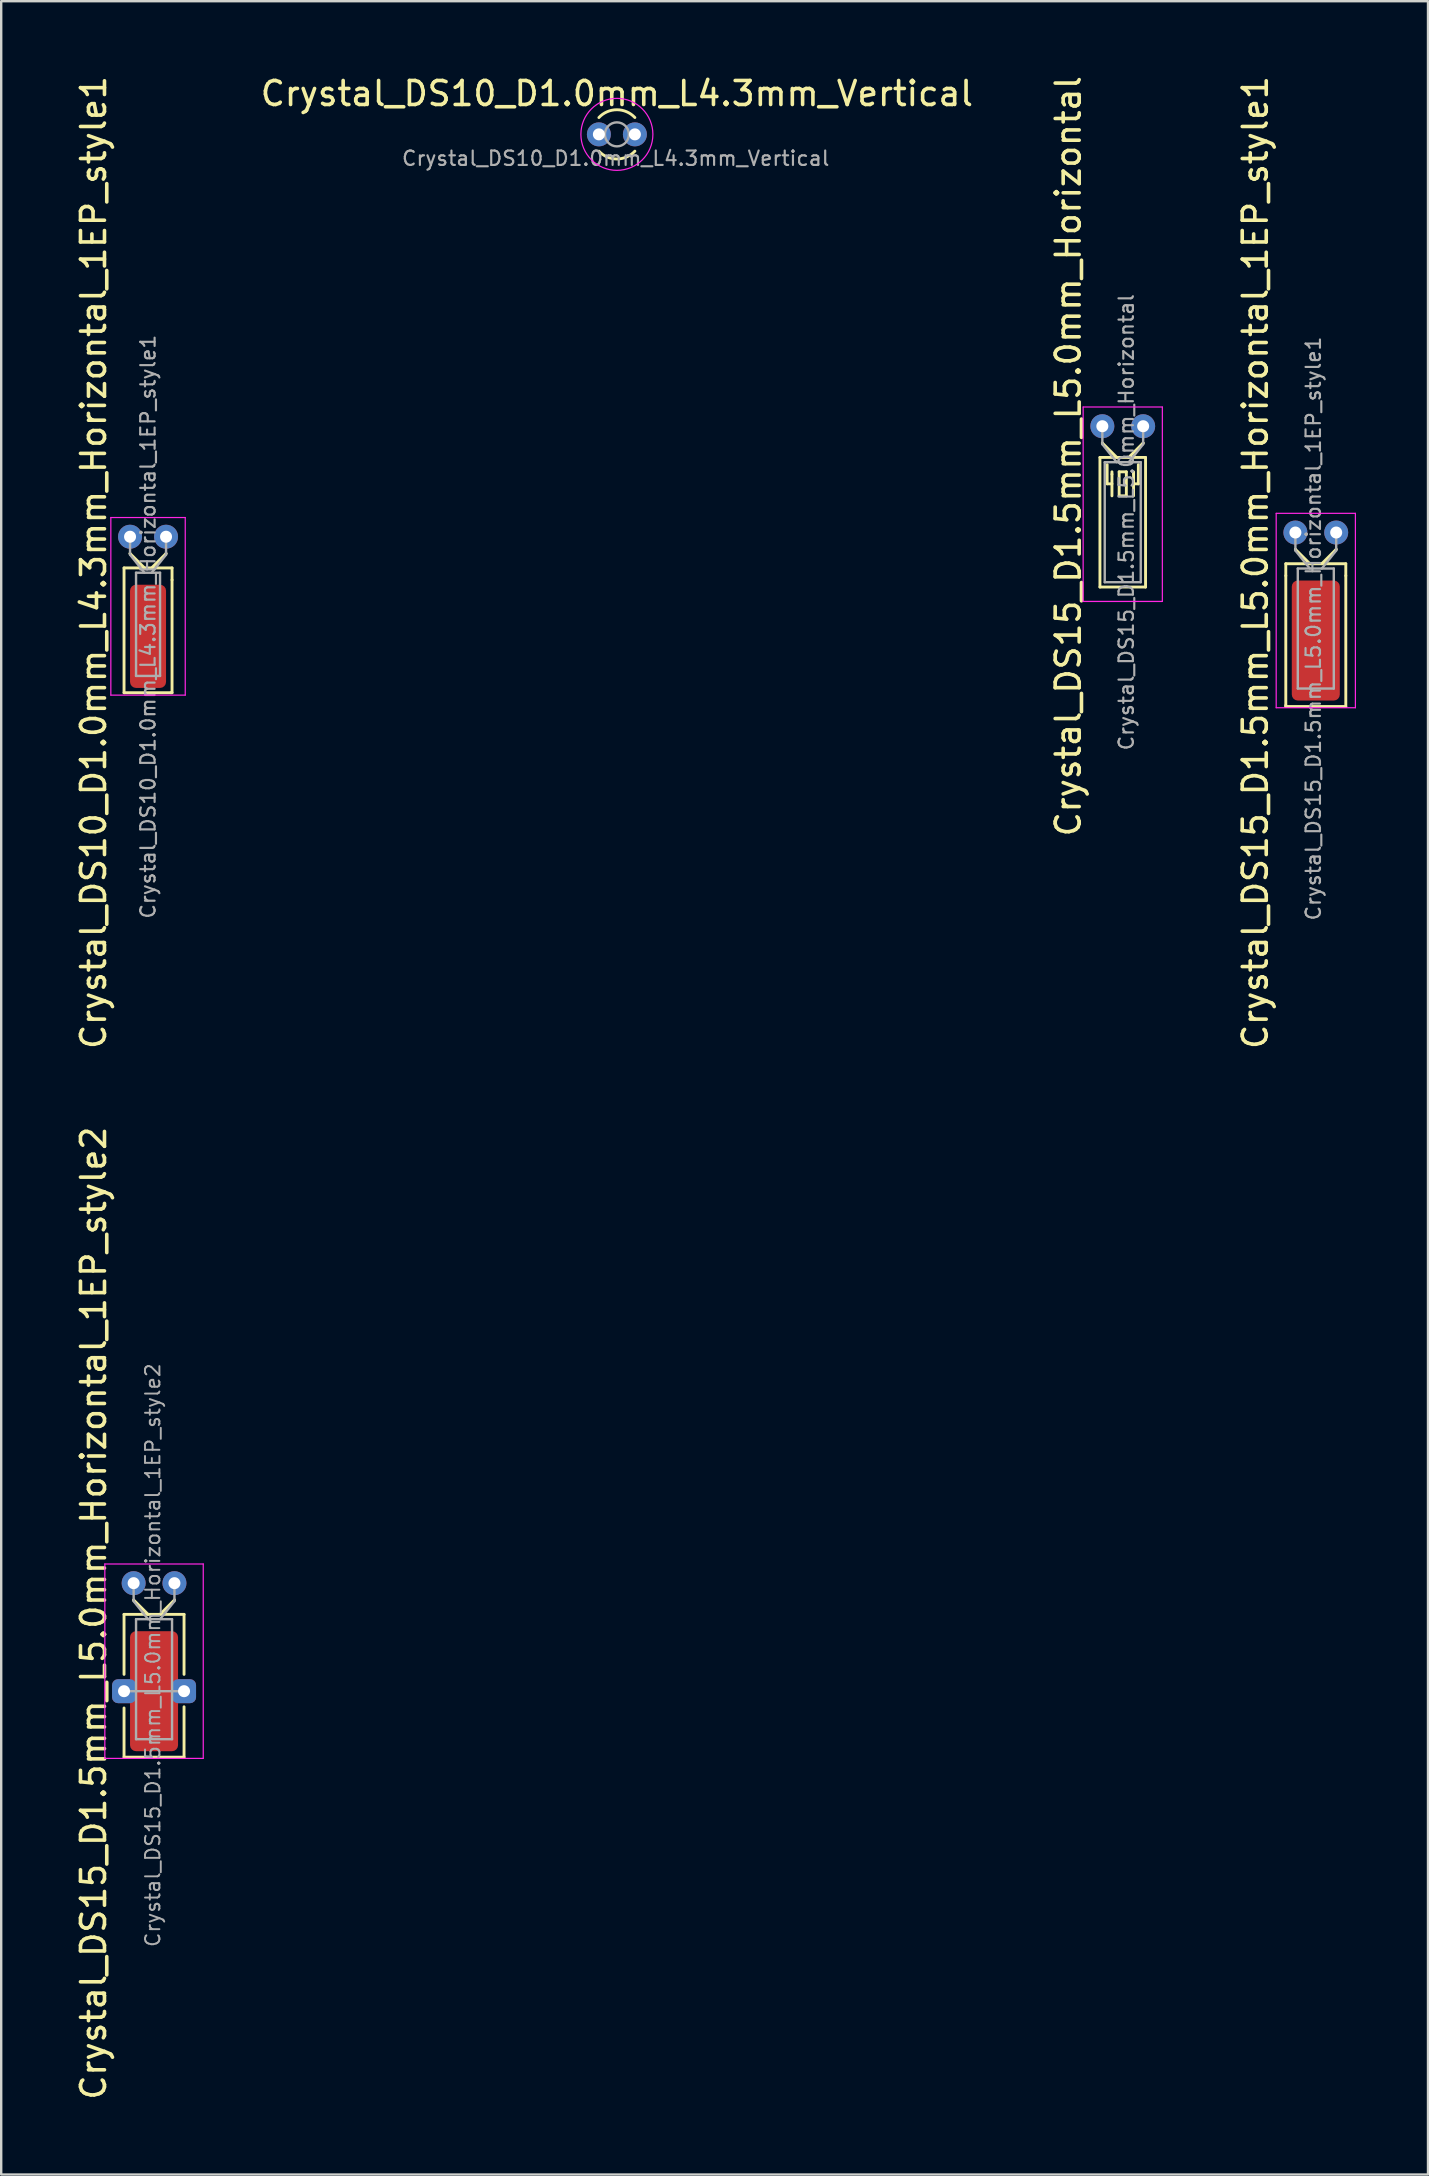
<source format=kicad_pcb>
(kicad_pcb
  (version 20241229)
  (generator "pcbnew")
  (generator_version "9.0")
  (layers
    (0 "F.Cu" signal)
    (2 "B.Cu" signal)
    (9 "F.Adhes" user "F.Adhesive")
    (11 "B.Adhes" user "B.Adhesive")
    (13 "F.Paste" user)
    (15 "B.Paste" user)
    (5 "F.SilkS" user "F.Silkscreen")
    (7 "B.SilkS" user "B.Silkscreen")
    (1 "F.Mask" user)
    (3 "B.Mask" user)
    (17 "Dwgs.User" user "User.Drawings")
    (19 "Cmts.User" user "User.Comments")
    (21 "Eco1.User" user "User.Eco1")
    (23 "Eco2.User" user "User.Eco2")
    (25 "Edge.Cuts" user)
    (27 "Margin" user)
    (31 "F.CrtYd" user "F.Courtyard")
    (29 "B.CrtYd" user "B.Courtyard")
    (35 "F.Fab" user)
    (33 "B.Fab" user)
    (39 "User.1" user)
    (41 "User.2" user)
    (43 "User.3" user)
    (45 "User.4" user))
  (footprint "Crystal_DS10_D1.0mm_L4.3mm_Horizontal_1EP_style1"
    (layer "F.Cu")
    (at 2.368 19.312)
    (property "Reference" "Crystal_DS10_D1.0mm_L4.3mm_Horizontal_1EP_style1" (at -1.52 1.075 90) (layer "F.SilkS") (effects (font (size 1 1) (thickness 0.15))))
    (attr through_hole)
    (fp_line (start -0.25 1.3) (end 1.75 1.3) (stroke (width 0.12) (type solid)) (layer "F.SilkS"))
    (fp_line (start -0.25 6.5) (end -0.25 1.3) (stroke (width 0.12) (type solid)) (layer "F.SilkS"))
    (fp_line (start -0.25 6.5) (end 1.7 6.5) (stroke (width 0.12) (type solid)) (layer "F.SilkS"))
    (fp_line (start 0 0.7) (end 0 0.7) (stroke (width 0.12) (type solid)) (layer "F.SilkS"))
    (fp_line (start 0.6 1.3) (end 0 0.7) (stroke (width 0.12) (type solid)) (layer "F.SilkS"))
    (fp_line (start 0.9 1.3) (end 1.5 0.7) (stroke (width 0.12) (type solid)) (layer "F.SilkS"))
    (fp_line (start 1.5 0.7) (end 1.5 0.7) (stroke (width 0.12) (type solid)) (layer "F.SilkS"))
    (fp_line (start 1.7 6.5) (end 1.75 6.5) (stroke (width 0.12) (type solid)) (layer "F.SilkS"))
    (fp_line (start 1.75 1.3) (end 1.75 1.8) (stroke (width 0.12) (type solid)) (layer "F.SilkS"))
    (fp_line (start 1.75 6.5) (end 1.75 1.8) (stroke (width 0.12) (type solid)) (layer "F.SilkS"))
    (fp_line (start -0.8 -0.8) (end -0.8 6.6) (stroke (width 0.05) (type solid)) (layer "F.CrtYd"))
    (fp_line (start -0.8 6.6) (end 2.3 6.6) (stroke (width 0.05) (type solid)) (layer "F.CrtYd"))
    (fp_line (start 2.3 -0.8) (end -0.8 -0.8) (stroke (width 0.05) (type solid)) (layer "F.CrtYd"))
    (fp_line (start 2.3 6.6) (end 2.3 -0.8) (stroke (width 0.05) (type solid)) (layer "F.CrtYd"))
    (fp_line (start 0 0.75) (end 0 0) (stroke (width 0.1) (type solid)) (layer "F.Fab"))
    (fp_line (start 0.25 1.5) (end 0.25 5.8) (stroke (width 0.1) (type solid)) (layer "F.Fab"))
    (fp_line (start 0.25 5.8) (end 1.25 5.8) (stroke (width 0.1) (type solid)) (layer "F.Fab"))
    (fp_line (start 0.6 1.5) (end 0 0.75) (stroke (width 0.1) (type solid)) (layer "F.Fab"))
    (fp_line (start 0.9 1.5) (end 1.5 0.75) (stroke (width 0.1) (type solid)) (layer "F.Fab"))
    (fp_line (start 1.25 1.5) (end 0.25 1.5) (stroke (width 0.1) (type solid)) (layer "F.Fab"))
    (fp_line (start 1.25 5.8) (end 1.25 1.5) (stroke (width 0.1) (type solid)) (layer "F.Fab"))
    (fp_line (start 1.5 0.75) (end 1.5 0) (stroke (width 0.1) (type solid)) (layer "F.Fab"))
    (fp_text user "${REFERENCE}" (at 0.75 3.75 90) (layer "F.Fab") (effects (font (size 0.6 0.6) (thickness 0.09))))
    (pad "1" thru_hole circle (at 0 0) (size 1 1) (drill 0.5) (layers "*.Cu" "*.Mask"))
    (pad "2" thru_hole circle (at 1.5 0) (size 1 1) (drill 0.5) (layers "*.Cu" "*.Mask"))
    (pad "3" smd roundrect (at 0.75 4.15) (size 1.5 4.3) (layers "F.Cu" "F.Mask" "F.Paste") (roundrect_rratio 0.167)))
  (footprint "Crystal_DS15_D1.5mm_L5.0mm_Horizontal_1EP_style1"
    (layer "F.Cu")
    (at 50.921 19.137)
    (property "Reference" "Crystal_DS15_D1.5mm_L5.0mm_Horizontal_1EP_style1" (at -1.67 1.25 90) (layer "F.SilkS") (effects (font (size 1 1) (thickness 0.15))))
    (attr through_hole)
    (fp_line (start -0.4 1.3) (end 2.1 1.3) (stroke (width 0.12) (type solid)) (layer "F.SilkS"))
    (fp_line (start -0.4 1.8) (end -0.4 1.3) (stroke (width 0.12) (type solid)) (layer "F.SilkS"))
    (fp_line (start -0.4 1.8) (end -0.4 7.2) (stroke (width 0.12) (type solid)) (layer "F.SilkS"))
    (fp_line (start -0.4 7.2) (end -0.4 7.25) (stroke (width 0.12) (type solid)) (layer "F.SilkS"))
    (fp_line (start -0.4 7.25) (end 2.1 7.25) (stroke (width 0.12) (type solid)) (layer "F.SilkS"))
    (fp_line (start 0 0.7) (end 0 0.7) (stroke (width 0.12) (type solid)) (layer "F.SilkS"))
    (fp_line (start 0.6 1.3) (end 0 0.7) (stroke (width 0.12) (type solid)) (layer "F.SilkS"))
    (fp_line (start 1.1 1.3) (end 1.7 0.7) (stroke (width 0.12) (type solid)) (layer "F.SilkS"))
    (fp_line (start 1.7 0.7) (end 1.7 0.7) (stroke (width 0.12) (type solid)) (layer "F.SilkS"))
    (fp_line (start 2.1 1.3) (end 2.1 1.8) (stroke (width 0.12) (type solid)) (layer "F.SilkS"))
    (fp_line (start 2.1 7.25) (end 2.1 1.8) (stroke (width 0.12) (type solid)) (layer "F.SilkS"))
    (fp_line (start -0.8 -0.8) (end -0.8 7.3) (stroke (width 0.05) (type solid)) (layer "F.CrtYd"))
    (fp_line (start -0.8 7.3) (end 2.5 7.3) (stroke (width 0.05) (type solid)) (layer "F.CrtYd"))
    (fp_line (start 2.5 -0.8) (end -0.8 -0.8) (stroke (width 0.05) (type solid)) (layer "F.CrtYd"))
    (fp_line (start 2.5 7.3) (end 2.5 -0.8) (stroke (width 0.05) (type solid)) (layer "F.CrtYd"))
    (fp_line (start 0 0.75) (end 0 0) (stroke (width 0.1) (type solid)) (layer "F.Fab"))
    (fp_line (start 0.1 1.5) (end 0.1 6.5) (stroke (width 0.1) (type solid)) (layer "F.Fab"))
    (fp_line (start 0.1 6.5) (end 1.6 6.5) (stroke (width 0.1) (type solid)) (layer "F.Fab"))
    (fp_line (start 0.6 1.5) (end 0 0.75) (stroke (width 0.1) (type solid)) (layer "F.Fab"))
    (fp_line (start 1.1 1.5) (end 1.7 0.75) (stroke (width 0.1) (type solid)) (layer "F.Fab"))
    (fp_line (start 1.6 1.5) (end 0.1 1.5) (stroke (width 0.1) (type solid)) (layer "F.Fab"))
    (fp_line (start 1.6 6.5) (end 1.6 1.5) (stroke (width 0.1) (type solid)) (layer "F.Fab"))
    (fp_line (start 1.7 0.75) (end 1.7 0) (stroke (width 0.1) (type solid)) (layer "F.Fab"))
    (fp_text user "${REFERENCE}" (at 0.75 4 90) (layer "F.Fab") (effects (font (size 0.6 0.6) (thickness 0.09))))
    (pad "1" thru_hole circle (at 0 0) (size 1 1) (drill 0.5) (layers "*.Cu" "*.Mask"))
    (pad "2" thru_hole circle (at 1.7 0) (size 1 1) (drill 0.5) (layers "*.Cu" "*.Mask"))
    (pad "3" smd roundrect (at 0.85 4.5) (size 2 5) (layers "F.Cu" "F.Mask" "F.Paste") (roundrect_rratio 0.125)))
  (footprint "Crystal_DS15_D1.5mm_L5.0mm_Horizontal_1EP_style2"
    (layer "F.Cu")
    (at 2.518 62.911)
    (property "Reference" "Crystal_DS15_D1.5mm_L5.0mm_Horizontal_1EP_style2" (at -1.67 1.25 90) (layer "F.SilkS") (effects (font (size 1 1) (thickness 0.15))))
    (attr through_hole)
    (fp_line (start -0.4 1.3) (end 2.1 1.3) (stroke (width 0.12) (type solid)) (layer "F.SilkS"))
    (fp_line (start -0.4 3.8) (end -0.4 1.3) (stroke (width 0.12) (type solid)) (layer "F.SilkS"))
    (fp_line (start -0.4 5.2) (end -0.4 7.25) (stroke (width 0.12) (type solid)) (layer "F.SilkS"))
    (fp_line (start -0.4 7.25) (end 2.1 7.25) (stroke (width 0.12) (type solid)) (layer "F.SilkS"))
    (fp_line (start 0 0.7) (end 0 0.7) (stroke (width 0.12) (type solid)) (layer "F.SilkS"))
    (fp_line (start 0.6 1.3) (end 0 0.7) (stroke (width 0.12) (type solid)) (layer "F.SilkS"))
    (fp_line (start 1.1 1.3) (end 1.7 0.7) (stroke (width 0.12) (type solid)) (layer "F.SilkS"))
    (fp_line (start 1.7 0.7) (end 1.7 0.7) (stroke (width 0.12) (type solid)) (layer "F.SilkS"))
    (fp_line (start 2.1 1.3) (end 2.1 3.8) (stroke (width 0.12) (type solid)) (layer "F.SilkS"))
    (fp_line (start 2.1 7.25) (end 2.1 5.15) (stroke (width 0.12) (type solid)) (layer "F.SilkS"))
    (fp_line (start -1.2 -0.8) (end -1.2 7.3) (stroke (width 0.05) (type solid)) (layer "F.CrtYd"))
    (fp_line (start -1.2 7.3) (end 2.9 7.3) (stroke (width 0.05) (type solid)) (layer "F.CrtYd"))
    (fp_line (start 2.9 -0.8) (end -1.2 -0.8) (stroke (width 0.05) (type solid)) (layer "F.CrtYd"))
    (fp_line (start 2.9 7.3) (end 2.9 -0.8) (stroke (width 0.05) (type solid)) (layer "F.CrtYd"))
    (fp_line (start -0.4 4.5) (end 2.1 4.5) (stroke (width 0.1) (type solid)) (layer "F.Fab"))
    (fp_line (start 0 0.75) (end 0 0) (stroke (width 0.1) (type solid)) (layer "F.Fab"))
    (fp_line (start 0.1 1.5) (end 0.1 6.5) (stroke (width 0.1) (type solid)) (layer "F.Fab"))
    (fp_line (start 0.1 6.5) (end 1.6 6.5) (stroke (width 0.1) (type solid)) (layer "F.Fab"))
    (fp_line (start 0.6 1.5) (end 0 0.75) (stroke (width 0.1) (type solid)) (layer "F.Fab"))
    (fp_line (start 1.1 1.5) (end 1.7 0.75) (stroke (width 0.1) (type solid)) (layer "F.Fab"))
    (fp_line (start 1.6 1.5) (end 0.1 1.5) (stroke (width 0.1) (type solid)) (layer "F.Fab"))
    (fp_line (start 1.6 6.5) (end 1.6 1.5) (stroke (width 0.1) (type solid)) (layer "F.Fab"))
    (fp_line (start 1.7 0.75) (end 1.7 0) (stroke (width 0.1) (type solid)) (layer "F.Fab"))
    (fp_text user "${REFERENCE}" (at 0.8 3 90) (layer "F.Fab") (effects (font (size 0.6 0.6) (thickness 0.08))))
    (pad "1" thru_hole circle (at 0 0) (size 1 1) (drill 0.5) (layers "*.Cu" "*.Mask"))
    (pad "2" thru_hole circle (at 1.7 0) (size 1 1) (drill 0.5) (layers "*.Cu" "*.Mask"))
    (pad "3" thru_hole roundrect (at -0.4 4.5) (size 1 1) (drill 0.5) (layers "*.Cu" "*.Mask") (roundrect_rratio 0.25))
    (pad "3" smd roundrect (at 0.85 4.5) (size 2 5) (layers "F.Cu" "F.Mask" "F.Paste") (roundrect_rratio 0.125))
    (pad "3" thru_hole roundrect (at 2.1 4.5) (size 1 1) (drill 0.5) (layers "*.Cu" "*.Mask") (roundrect_rratio 0.25)))
  (footprint "Crystal_DS15_D1.5mm_L5.0mm_Horizontal"
    (layer "F.Cu")
    (at 42.878 14.708)
    (property "Reference" "Crystal_DS15_D1.5mm_L5.0mm_Horizontal" (at -1.42 1.25 90) (layer "F.SilkS") (effects (font (size 1 1) (thickness 0.15))))
    (attr through_hole)
    (fp_line (start -0.1 1.3) (end -0.1 6.7) (stroke (width 0.12) (type solid)) (layer "F.SilkS"))
    (fp_line (start -0.1 6.7) (end 1.8 6.7) (stroke (width 0.12) (type solid)) (layer "F.SilkS"))
    (fp_line (start 0 0.7) (end 0 0.7) (stroke (width 0.12) (type solid)) (layer "F.SilkS"))
    (fp_line (start 0.2 2.4) (end 0.2 1.6) (stroke (width 0.12) (type solid)) (layer "F.SilkS"))
    (fp_line (start 0.4 2) (end 0.4 1.9) (stroke (width 0.12) (type solid)) (layer "F.SilkS"))
    (fp_line (start 0.4 2.4) (end 0.2 2.4) (stroke (width 0.12) (type solid)) (layer "F.SilkS"))
    (fp_line (start 0.4 2.9) (end 0.4 2) (stroke (width 0.12) (type solid)) (layer "F.SilkS"))
    (fp_line (start 0.6 1.3) (end 0 0.7) (stroke (width 0.12) (type solid)) (layer "F.SilkS"))
    (fp_line (start 0.7 1.9) (end 0.7 2.9) (stroke (width 0.12) (type solid)) (layer "F.SilkS"))
    (fp_line (start 0.7 2.9) (end 1 2.9) (stroke (width 0.12) (type solid)) (layer "F.SilkS"))
    (fp_line (start 1 1.9) (end 0.7 1.9) (stroke (width 0.12) (type solid)) (layer "F.SilkS"))
    (fp_line (start 1 2.9) (end 1 1.9) (stroke (width 0.12) (type solid)) (layer "F.SilkS"))
    (fp_line (start 1.1 1.3) (end 1.7 0.7) (stroke (width 0.12) (type solid)) (layer "F.SilkS"))
    (fp_line (start 1.3 2) (end 1.3 1.9) (stroke (width 0.12) (type solid)) (layer "F.SilkS"))
    (fp_line (start 1.3 2.4) (end 1.5 2.4) (stroke (width 0.12) (type solid)) (layer "F.SilkS"))
    (fp_line (start 1.3 2.9) (end 1.3 2) (stroke (width 0.12) (type solid)) (layer "F.SilkS"))
    (fp_line (start 1.5 2.4) (end 1.5 1.6) (stroke (width 0.12) (type solid)) (layer "F.SilkS"))
    (fp_line (start 1.7 0.7) (end 1.7 0.7) (stroke (width 0.12) (type solid)) (layer "F.SilkS"))
    (fp_line (start 1.8 1.3) (end -0.1 1.3) (stroke (width 0.12) (type solid)) (layer "F.SilkS"))
    (fp_line (start 1.8 6.7) (end 1.8 1.3) (stroke (width 0.12) (type solid)) (layer "F.SilkS"))
    (fp_line (start -0.8 -0.8) (end -0.8 7.3) (stroke (width 0.05) (type solid)) (layer "F.CrtYd"))
    (fp_line (start -0.8 7.3) (end 2.5 7.3) (stroke (width 0.05) (type solid)) (layer "F.CrtYd"))
    (fp_line (start 2.5 -0.8) (end -0.8 -0.8) (stroke (width 0.05) (type solid)) (layer "F.CrtYd"))
    (fp_line (start 2.5 7.3) (end 2.5 -0.8) (stroke (width 0.05) (type solid)) (layer "F.CrtYd"))
    (fp_line (start 0 0.75) (end 0 0) (stroke (width 0.1) (type solid)) (layer "F.Fab"))
    (fp_line (start 0.1 1.5) (end 0.1 6.5) (stroke (width 0.1) (type solid)) (layer "F.Fab"))
    (fp_line (start 0.1 6.5) (end 1.6 6.5) (stroke (width 0.1) (type solid)) (layer "F.Fab"))
    (fp_line (start 0.6 1.5) (end 0 0.75) (stroke (width 0.1) (type solid)) (layer "F.Fab"))
    (fp_line (start 1.1 1.5) (end 1.7 0.75) (stroke (width 0.1) (type solid)) (layer "F.Fab"))
    (fp_line (start 1.6 1.5) (end 0.1 1.5) (stroke (width 0.1) (type solid)) (layer "F.Fab"))
    (fp_line (start 1.6 6.5) (end 1.6 1.5) (stroke (width 0.1) (type solid)) (layer "F.Fab"))
    (fp_line (start 1.7 0.75) (end 1.7 0) (stroke (width 0.1) (type solid)) (layer "F.Fab"))
    (fp_text user "${REFERENCE}" (at 1 4 90) (layer "F.Fab") (effects (font (size 0.6 0.6) (thickness 0.09))))
    (pad "1" thru_hole circle (at 0 0) (size 1 1) (drill 0.5) (layers "*.Cu" "*.Mask"))
    (pad "2" thru_hole circle (at 1.7 0) (size 1 1) (drill 0.5) (layers "*.Cu" "*.Mask")))
  (footprint "Crystal_DS10_D1.0mm_L4.3mm_Vertical"
    (layer "F.Cu")
    (at 21.902 2.548)
    (property "Reference" "Crystal_DS10_D1.0mm_L4.3mm_Vertical" (at 0.75 -1.7 0) (layer "F.SilkS") (effects (font (size 1 1) (thickness 0.15))))
    (attr through_hole)
    (fp_arc (start 0 -0.7) (mid 0.749553 -1.025914) (end 1.49939 -0.700653) (stroke (width 0.12) (type solid)) (layer "F.SilkS"))
    (fp_arc (start 1.49939 0.700653) (mid 0.749553 1.025914) (end 0 0.7) (stroke (width 0.12) (type solid)) (layer "F.SilkS"))
    (fp_circle (center 0.75 0) (end 2.25 0) (stroke (width 0.05) (type solid)) (fill no) (layer "F.CrtYd"))
    (fp_circle (center 0.75 0) (end 1.25 0) (stroke (width 0.1) (type solid)) (fill no) (layer "F.Fab"))
    (fp_text user "${REFERENCE}" (at 0.7 1 0) (layer "F.Fab") (effects (font (size 0.6 0.6) (thickness 0.09))))
    (pad "1" thru_hole circle (at 0 0) (size 1 1) (drill 0.5) (layers "*.Cu" "*.Mask"))
    (pad "2" thru_hole circle (at 1.5 0) (size 1 1) (drill 0.5) (layers "*.Cu" "*.Mask")))
  (gr_rect
    (start -3 -3)
    (end 56.446 87.548)
    (stroke (width 0.1) (type default))
    (fill no)
    (layer "Edge.Cuts")))
</source>
